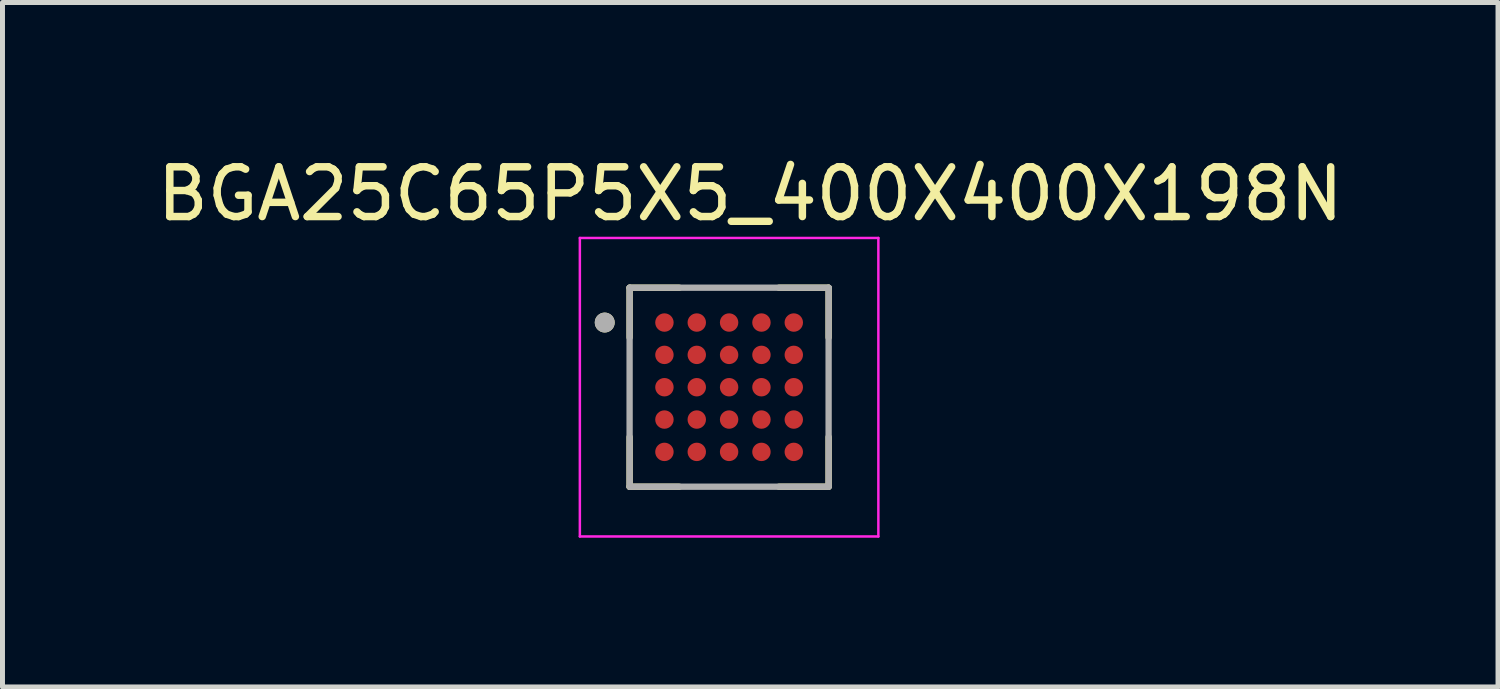
<source format=kicad_pcb>
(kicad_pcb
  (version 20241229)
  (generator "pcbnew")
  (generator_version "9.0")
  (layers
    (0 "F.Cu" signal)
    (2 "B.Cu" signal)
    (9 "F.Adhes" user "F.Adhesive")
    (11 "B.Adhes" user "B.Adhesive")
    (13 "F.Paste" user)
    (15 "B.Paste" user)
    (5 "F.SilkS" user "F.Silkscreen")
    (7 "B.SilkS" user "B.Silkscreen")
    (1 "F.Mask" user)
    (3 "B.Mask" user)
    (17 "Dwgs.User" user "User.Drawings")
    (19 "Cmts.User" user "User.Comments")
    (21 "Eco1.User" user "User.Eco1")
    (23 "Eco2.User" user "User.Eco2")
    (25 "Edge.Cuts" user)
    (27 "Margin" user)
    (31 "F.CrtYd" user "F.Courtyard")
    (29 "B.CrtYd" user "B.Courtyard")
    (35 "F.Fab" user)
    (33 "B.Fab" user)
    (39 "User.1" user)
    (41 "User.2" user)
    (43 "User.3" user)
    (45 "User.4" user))
  (footprint "BGA25C65P5X5_400X400X198N"
    (layer "F.Cu")
    (at 11.605 4.733)
    (property "Reference" "BGA25C65P5X5_400X400X198N" (at 0.425 -3.885 0) (layer "F.SilkS") (effects (font (size 1 1) (thickness 0.15))))
    (attr smd)
    (fp_line (start -2 -2) (end -2 -1) (stroke (width 0.127) (type solid)) (layer "F.SilkS"))
    (fp_line (start -2 -2) (end -1 -2) (stroke (width 0.127) (type solid)) (layer "F.SilkS"))
    (fp_line (start -2 2) (end -2 1) (stroke (width 0.127) (type solid)) (layer "F.SilkS"))
    (fp_line (start -2 2) (end -1 2) (stroke (width 0.127) (type solid)) (layer "F.SilkS"))
    (fp_line (start 2 -2) (end 1 -2) (stroke (width 0.127) (type solid)) (layer "F.SilkS"))
    (fp_line (start 2 -2) (end 2 -1) (stroke (width 0.127) (type solid)) (layer "F.SilkS"))
    (fp_line (start 2 2) (end 1 2) (stroke (width 0.127) (type solid)) (layer "F.SilkS"))
    (fp_line (start 2 2) (end 2 1) (stroke (width 0.127) (type solid)) (layer "F.SilkS"))
    (fp_circle (center -2.5 -1.3) (end -2.4 -1.3) (stroke (width 0.2) (type solid)) (fill no) (layer "F.SilkS"))
    (fp_line (start -3 -3) (end 3 -3) (stroke (width 0.05) (type solid)) (layer "F.CrtYd"))
    (fp_line (start -3 3) (end -3 -3) (stroke (width 0.05) (type solid)) (layer "F.CrtYd"))
    (fp_line (start -3 3) (end 3 3) (stroke (width 0.05) (type solid)) (layer "F.CrtYd"))
    (fp_line (start 3 3) (end 3 -3) (stroke (width 0.05) (type solid)) (layer "F.CrtYd"))
    (fp_line (start -2 2) (end -2 -2) (stroke (width 0.127) (type solid)) (layer "F.Fab"))
    (fp_line (start 2 -2) (end -2 -2) (stroke (width 0.127) (type solid)) (layer "F.Fab"))
    (fp_line (start 2 2) (end -2 2) (stroke (width 0.127) (type solid)) (layer "F.Fab"))
    (fp_line (start 2 2) (end 2 -2) (stroke (width 0.127) (type solid)) (layer "F.Fab"))
    (fp_circle (center -2.5 -1.3) (end -2.4 -1.3) (stroke (width 0.2) (type solid)) (fill no) (layer "F.Fab"))
    (pad "A1" smd circle (at -1.3 -1.3) (size 0.37 0.37) (layers "F.Cu" "F.Mask" "F.Paste"))
    (pad "A2" smd circle (at -0.65 -1.3) (size 0.37 0.37) (layers "F.Cu" "F.Mask" "F.Paste"))
    (pad "A3" smd circle (at 0 -1.3) (size 0.37 0.37) (layers "F.Cu" "F.Mask" "F.Paste"))
    (pad "A4" smd circle (at 0.65 -1.3) (size 0.37 0.37) (layers "F.Cu" "F.Mask" "F.Paste"))
    (pad "A5" smd circle (at 1.3 -1.3) (size 0.37 0.37) (layers "F.Cu" "F.Mask" "F.Paste"))
    (pad "B1" smd circle (at -1.3 -0.65) (size 0.37 0.37) (layers "F.Cu" "F.Mask" "F.Paste"))
    (pad "B2" smd circle (at -0.65 -0.65) (size 0.37 0.37) (layers "F.Cu" "F.Mask" "F.Paste"))
    (pad "B3" smd circle (at 0 -0.65) (size 0.37 0.37) (layers "F.Cu" "F.Mask" "F.Paste"))
    (pad "B4" smd circle (at 0.65 -0.65) (size 0.37 0.37) (layers "F.Cu" "F.Mask" "F.Paste"))
    (pad "B5" smd circle (at 1.3 -0.65) (size 0.37 0.37) (layers "F.Cu" "F.Mask" "F.Paste"))
    (pad "C1" smd circle (at -1.3 0) (size 0.37 0.37) (layers "F.Cu" "F.Mask" "F.Paste"))
    (pad "C2" smd circle (at -0.65 0) (size 0.37 0.37) (layers "F.Cu" "F.Mask" "F.Paste"))
    (pad "C3" smd circle (at 0 0) (size 0.37 0.37) (layers "F.Cu" "F.Mask" "F.Paste"))
    (pad "C4" smd circle (at 0.65 0) (size 0.37 0.37) (layers "F.Cu" "F.Mask" "F.Paste"))
    (pad "C5" smd circle (at 1.3 0) (size 0.37 0.37) (layers "F.Cu" "F.Mask" "F.Paste"))
    (pad "D1" smd circle (at -1.3 0.65) (size 0.37 0.37) (layers "F.Cu" "F.Mask" "F.Paste"))
    (pad "D2" smd circle (at -0.65 0.65) (size 0.37 0.37) (layers "F.Cu" "F.Mask" "F.Paste"))
    (pad "D3" smd circle (at 0 0.65) (size 0.37 0.37) (layers "F.Cu" "F.Mask" "F.Paste"))
    (pad "D4" smd circle (at 0.65 0.65) (size 0.37 0.37) (layers "F.Cu" "F.Mask" "F.Paste"))
    (pad "D5" smd circle (at 1.3 0.65) (size 0.37 0.37) (layers "F.Cu" "F.Mask" "F.Paste"))
    (pad "E1" smd circle (at -1.3 1.3) (size 0.37 0.37) (layers "F.Cu" "F.Mask" "F.Paste"))
    (pad "E2" smd circle (at -0.65 1.3) (size 0.37 0.37) (layers "F.Cu" "F.Mask" "F.Paste"))
    (pad "E3" smd circle (at 0 1.3) (size 0.37 0.37) (layers "F.Cu" "F.Mask" "F.Paste"))
    (pad "E4" smd circle (at 0.65 1.3) (size 0.37 0.37) (layers "F.Cu" "F.Mask" "F.Paste"))
    (pad "E5" smd circle (at 1.3 1.3) (size 0.37 0.37) (layers "F.Cu" "F.Mask" "F.Paste")))
  (gr_rect
    (start -3 -3)
    (end 27.06 10.758)
    (stroke (width 0.1) (type default))
    (fill no)
    (layer "Edge.Cuts")))
</source>
